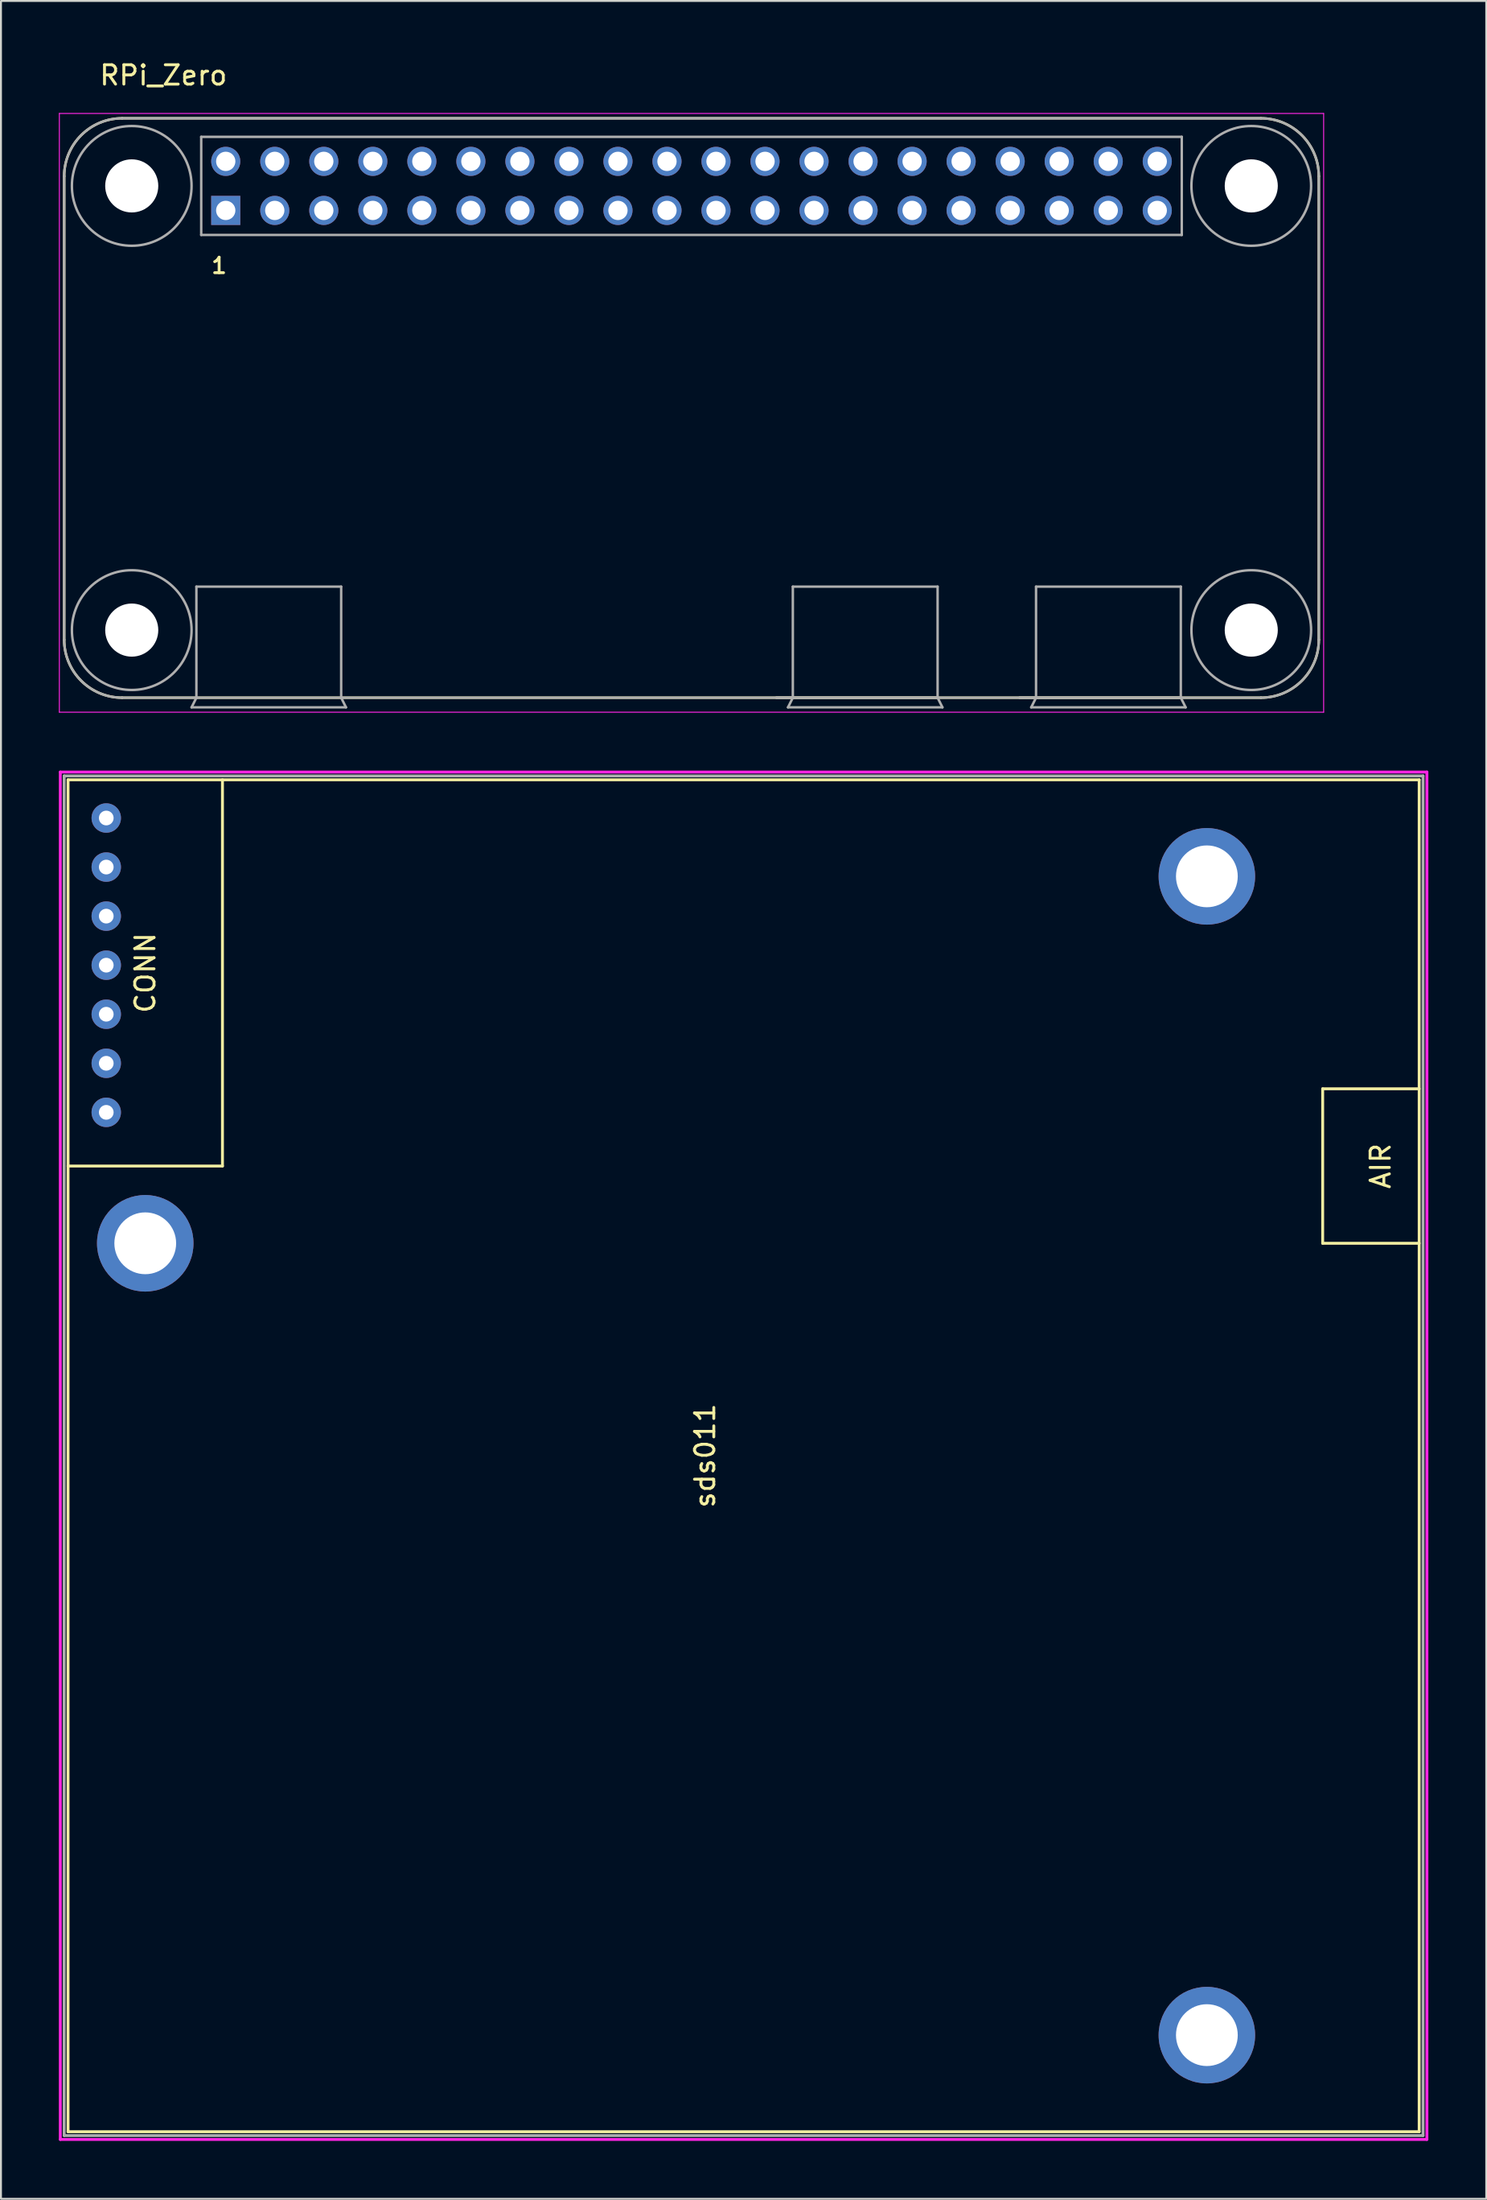
<source format=kicad_pcb>
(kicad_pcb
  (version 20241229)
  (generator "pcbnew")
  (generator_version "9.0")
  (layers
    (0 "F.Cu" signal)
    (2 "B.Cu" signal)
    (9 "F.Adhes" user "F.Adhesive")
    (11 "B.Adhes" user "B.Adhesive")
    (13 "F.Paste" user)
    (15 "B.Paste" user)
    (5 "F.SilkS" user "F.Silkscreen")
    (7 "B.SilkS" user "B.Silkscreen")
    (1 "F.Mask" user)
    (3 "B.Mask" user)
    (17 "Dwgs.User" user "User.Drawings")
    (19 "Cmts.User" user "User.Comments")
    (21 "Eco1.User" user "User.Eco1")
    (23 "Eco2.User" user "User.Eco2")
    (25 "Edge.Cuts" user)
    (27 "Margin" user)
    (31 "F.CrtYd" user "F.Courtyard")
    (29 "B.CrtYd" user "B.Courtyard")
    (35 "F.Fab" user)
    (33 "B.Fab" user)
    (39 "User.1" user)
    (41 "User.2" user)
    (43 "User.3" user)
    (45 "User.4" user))
  (footprint "sds011"
    (layer "F.Cu")
    (at 35.475 72.325)
    (property "Reference" "sds011" (at -2 0 90) (layer "F.SilkS") (effects (font (size 1 1) (thickness 0.15))))
    (attr through_hole)
    (fp_line (start -35 -35) (end 35 -35) (stroke (width 0.15) (type solid)) (layer "F.SilkS"))
    (fp_line (start -35 35) (end -35 -35) (stroke (width 0.15) (type solid)) (layer "F.SilkS"))
    (fp_line (start -27 -35) (end -27 -15) (stroke (width 0.15) (type solid)) (layer "F.SilkS"))
    (fp_line (start -27 -15) (end -35 -15) (stroke (width 0.15) (type solid)) (layer "F.SilkS"))
    (fp_line (start 30 -19) (end 35 -19) (stroke (width 0.15) (type solid)) (layer "F.SilkS"))
    (fp_line (start 30 -11) (end 30 -19) (stroke (width 0.15) (type solid)) (layer "F.SilkS"))
    (fp_line (start 35 -35) (end 35 35) (stroke (width 0.15) (type solid)) (layer "F.SilkS"))
    (fp_line (start 35 -11) (end 30 -11) (stroke (width 0.15) (type solid)) (layer "F.SilkS"))
    (fp_line (start 35 35) (end -35 35) (stroke (width 0.15) (type solid)) (layer "F.SilkS"))
    (fp_line (start -35.4 -35.4) (end 35.4 -35.4) (stroke (width 0.15) (type solid)) (layer "F.CrtYd"))
    (fp_line (start -35.4 35.4) (end -35.4 -35.4) (stroke (width 0.15) (type solid)) (layer "F.CrtYd"))
    (fp_line (start 35.4 -35.4) (end 35.4 35.4) (stroke (width 0.15) (type solid)) (layer "F.CrtYd"))
    (fp_line (start 35.4 35.4) (end -35.4 35.4) (stroke (width 0.15) (type solid)) (layer "F.CrtYd"))
    (fp_line (start -35.2 -35.2) (end -35.2 35.2) (stroke (width 0.15) (type solid)) (layer "F.Fab"))
    (fp_line (start -35.2 35.2) (end 35.2 35.2) (stroke (width 0.15) (type solid)) (layer "F.Fab"))
    (fp_line (start 35.2 -35.2) (end -35.2 -35.2) (stroke (width 0.15) (type solid)) (layer "F.Fab"))
    (fp_line (start 35.2 35.2) (end 35.2 -35.2) (stroke (width 0.15) (type solid)) (layer "F.Fab"))
    (fp_text user "AIR" (at 33 -15 90) (layer "F.SilkS") (effects (font (size 1 1) (thickness 0.15))))
    (fp_text user "CONN" (at -31 -25 90) (layer "F.SilkS") (effects (font (size 1 1) (thickness 0.15))))
    (pad "" np_thru_hole circle (at -31 -11 90) (size 5 5) (drill 3.2) (layers "*.Cu" "*.Mask"))
    (pad "" np_thru_hole circle (at 24 -30 90) (size 5 5) (drill 3.2) (layers "*.Cu" "*.Mask"))
    (pad "" np_thru_hole circle (at 24 30 90) (size 5 5) (drill 3.2) (layers "*.Cu" "*.Mask"))
    (pad "1" thru_hole circle (at -33.02 -33.02) (size 1.524 1.524) (drill 0.762) (layers "*.Cu" "*.Mask"))
    (pad "2" thru_hole circle (at -33.02 -30.48) (size 1.524 1.524) (drill 0.762) (layers "*.Cu" "*.Mask"))
    (pad "3" thru_hole circle (at -33.02 -27.94) (size 1.524 1.524) (drill 0.762) (layers "*.Cu" "*.Mask"))
    (pad "4" thru_hole circle (at -33.02 -25.4) (size 1.524 1.524) (drill 0.762) (layers "*.Cu" "*.Mask"))
    (pad "5" thru_hole circle (at -33.02 -22.86) (size 1.524 1.524) (drill 0.762) (layers "*.Cu" "*.Mask"))
    (pad "6" thru_hole circle (at -33.02 -20.32) (size 1.524 1.524) (drill 0.762) (layers "*.Cu" "*.Mask"))
    (pad "7" thru_hole circle (at -33.02 -17.78) (size 1.524 1.524) (drill 0.762) (layers "*.Cu" "*.Mask")))
  (footprint "RPi_Zero"
    (layer "F.Cu")
    (at 32.775 6.575)
    (property "Reference" "RPi_Zero" (at -27.357 -5.726 0) (layer "F.SilkS") (effects (font (size 1.002 1.002) (thickness 0.15))))
    (attr through_hole)
    (fp_line (start -32.5 -0.5) (end -32.5 23.5) (stroke (width 0.127) (type solid)) (layer "F.SilkS"))
    (fp_line (start -29.5 26.5) (end 29.5 26.5) (stroke (width 0.127) (type solid)) (layer "F.SilkS"))
    (fp_line (start 4.4 26.5) (end 12.75 26.5) (stroke (width 0.127) (type solid)) (layer "F.SilkS"))
    (fp_line (start 17 26.5) (end 25.35 26.5) (stroke (width 0.127) (type solid)) (layer "F.SilkS"))
    (fp_line (start 29.5 -3.5) (end -29.5 -3.5) (stroke (width 0.127) (type solid)) (layer "F.SilkS"))
    (fp_line (start 32.5 23.5) (end 32.5 -0.5) (stroke (width 0.127) (type solid)) (layer "F.SilkS"))
    (fp_arc (start -32.5 -0.5) (mid -31.62132 -2.62132) (end -29.5 -3.5) (stroke (width 0.127) (type solid)) (layer "F.SilkS"))
    (fp_arc (start -29.5 26.5) (mid -31.62132 25.62132) (end -32.5 23.5) (stroke (width 0.127) (type solid)) (layer "F.SilkS"))
    (fp_arc (start 29.5 -3.5) (mid 31.62132 -2.62132) (end 32.5 -0.5) (stroke (width 0.127) (type solid)) (layer "F.SilkS"))
    (fp_arc (start 32.5 23.5) (mid 31.62132 25.62132) (end 29.5 26.5) (stroke (width 0.127) (type solid)) (layer "F.SilkS"))
    (fp_line (start -32.75 -3.75) (end 32.75 -3.75) (stroke (width 0.05) (type solid)) (layer "F.CrtYd"))
    (fp_line (start -32.75 27.25) (end -32.75 -3.75) (stroke (width 0.05) (type solid)) (layer "F.CrtYd"))
    (fp_line (start 32.75 -3.75) (end 32.75 27.25) (stroke (width 0.05) (type solid)) (layer "F.CrtYd"))
    (fp_line (start 32.75 27.25) (end -32.75 27.25) (stroke (width 0.05) (type solid)) (layer "F.CrtYd"))
    (fp_line (start -32.5 -0.5) (end -32.5 23.5) (stroke (width 0.127) (type solid)) (layer "F.Fab"))
    (fp_line (start -29.5 26.5) (end -25.65 26.5) (stroke (width 0.127) (type solid)) (layer "F.Fab"))
    (fp_line (start -25.9 27) (end -17.9 27) (stroke (width 0.127) (type solid)) (layer "F.Fab"))
    (fp_line (start -25.65 20.75) (end -18.15 20.75) (stroke (width 0.127) (type solid)) (layer "F.Fab"))
    (fp_line (start -25.65 26.5) (end -25.9 27) (stroke (width 0.127) (type solid)) (layer "F.Fab"))
    (fp_line (start -25.65 26.5) (end -25.65 20.75) (stroke (width 0.127) (type solid)) (layer "F.Fab"))
    (fp_line (start -25.65 26.5) (end -18.15 26.5) (stroke (width 0.127) (type solid)) (layer "F.Fab"))
    (fp_line (start -25.4 -2.54) (end -25.4 2.54) (stroke (width 0.127) (type solid)) (layer "F.Fab"))
    (fp_line (start -25.4 2.54) (end 25.4 2.54) (stroke (width 0.127) (type solid)) (layer "F.Fab"))
    (fp_line (start -18.15 20.75) (end -18.15 26.5) (stroke (width 0.127) (type solid)) (layer "F.Fab"))
    (fp_line (start -18.15 26.5) (end 29.5 26.5) (stroke (width 0.127) (type solid)) (layer "F.Fab"))
    (fp_line (start -17.9 27) (end -18.15 26.5) (stroke (width 0.127) (type solid)) (layer "F.Fab"))
    (fp_line (start 4.4 26.5) (end 5.25 26.5) (stroke (width 0.127) (type solid)) (layer "F.Fab"))
    (fp_line (start 5 27) (end 13 27) (stroke (width 0.127) (type solid)) (layer "F.Fab"))
    (fp_line (start 5.25 20.75) (end 12.75 20.75) (stroke (width 0.127) (type solid)) (layer "F.Fab"))
    (fp_line (start 5.25 26.5) (end 5 27) (stroke (width 0.127) (type solid)) (layer "F.Fab"))
    (fp_line (start 5.25 26.5) (end 5.25 20.75) (stroke (width 0.127) (type solid)) (layer "F.Fab"))
    (fp_line (start 5.25 26.5) (end 12.75 26.5) (stroke (width 0.127) (type solid)) (layer "F.Fab"))
    (fp_line (start 12.75 20.75) (end 12.75 26.5) (stroke (width 0.127) (type solid)) (layer "F.Fab"))
    (fp_line (start 13 27) (end 12.75 26.5) (stroke (width 0.127) (type solid)) (layer "F.Fab"))
    (fp_line (start 17 26.5) (end 17.85 26.5) (stroke (width 0.127) (type solid)) (layer "F.Fab"))
    (fp_line (start 17.6 27) (end 25.6 27) (stroke (width 0.127) (type solid)) (layer "F.Fab"))
    (fp_line (start 17.85 20.75) (end 25.35 20.75) (stroke (width 0.127) (type solid)) (layer "F.Fab"))
    (fp_line (start 17.85 26.5) (end 17.6 27) (stroke (width 0.127) (type solid)) (layer "F.Fab"))
    (fp_line (start 17.85 26.5) (end 17.85 20.75) (stroke (width 0.127) (type solid)) (layer "F.Fab"))
    (fp_line (start 17.85 26.5) (end 25.35 26.5) (stroke (width 0.127) (type solid)) (layer "F.Fab"))
    (fp_line (start 25.35 20.75) (end 25.35 26.5) (stroke (width 0.127) (type solid)) (layer "F.Fab"))
    (fp_line (start 25.4 -2.54) (end -25.4 -2.54) (stroke (width 0.127) (type solid)) (layer "F.Fab"))
    (fp_line (start 25.4 2.54) (end 25.4 -2.54) (stroke (width 0.127) (type solid)) (layer "F.Fab"))
    (fp_line (start 25.6 27) (end 25.35 26.5) (stroke (width 0.127) (type solid)) (layer "F.Fab"))
    (fp_line (start 29.5 -3.5) (end -29.5 -3.5) (stroke (width 0.127) (type solid)) (layer "F.Fab"))
    (fp_line (start 32.5 23.5) (end 32.5 -0.5) (stroke (width 0.127) (type solid)) (layer "F.Fab"))
    (fp_arc (start -32.5 -0.5) (mid -31.62132 -2.62132) (end -29.5 -3.5) (stroke (width 0.127) (type solid)) (layer "F.Fab"))
    (fp_arc (start -29.5 26.5) (mid -31.62132 25.62132) (end -32.5 23.5) (stroke (width 0.127) (type solid)) (layer "F.Fab"))
    (fp_arc (start 29.5 -3.5) (mid 31.62132 -2.62132) (end 32.5 -0.5) (stroke (width 0.127) (type solid)) (layer "F.Fab"))
    (fp_arc (start 32.5 23.5) (mid 31.62132 25.62132) (end 29.5 26.5) (stroke (width 0.127) (type solid)) (layer "F.Fab"))
    (fp_circle (center -29 0) (end -25.9 0) (stroke (width 0.127) (type solid)) (fill no) (layer "F.Fab"))
    (fp_circle (center -29 23) (end -25.9 23) (stroke (width 0.127) (type solid)) (fill no) (layer "F.Fab"))
    (fp_circle (center 29 0) (end 32.1 0) (stroke (width 0.127) (type solid)) (fill no) (layer "F.Fab"))
    (fp_circle (center 29 23) (end 32.1 23) (stroke (width 0.127) (type solid)) (fill no) (layer "F.Fab"))
    (fp_text user "1" (at -24.473 4.132 0) (layer "F.SilkS") (effects (font (size 0.801 0.801) (thickness 0.15))))
    (pad "" np_thru_hole circle (at -29 0) (size 2.75 2.75) (drill 2.75) (layers "*.Cu" "*.Mask"))
    (pad "" np_thru_hole circle (at -29 23) (size 2.75 2.75) (drill 2.75) (layers "*.Cu" "*.Mask"))
    (pad "" np_thru_hole circle (at 29 0) (size 2.75 2.75) (drill 2.75) (layers "*.Cu" "*.Mask"))
    (pad "" np_thru_hole circle (at 29 23) (size 2.75 2.75) (drill 2.75) (layers "*.Cu" "*.Mask"))
    (pad "1" thru_hole rect (at -24.13 1.27) (size 1.508 1.508) (drill 1) (layers "*.Cu" "*.Mask"))
    (pad "2" thru_hole circle (at -24.13 -1.27) (size 1.508 1.508) (drill 1) (layers "*.Cu" "*.Mask"))
    (pad "3" thru_hole circle (at -21.59 1.27) (size 1.508 1.508) (drill 1) (layers "*.Cu" "*.Mask"))
    (pad "4" thru_hole circle (at -21.59 -1.27) (size 1.508 1.508) (drill 1) (layers "*.Cu" "*.Mask"))
    (pad "5" thru_hole circle (at -19.05 1.27) (size 1.508 1.508) (drill 1) (layers "*.Cu" "*.Mask"))
    (pad "6" thru_hole circle (at -19.05 -1.27) (size 1.508 1.508) (drill 1) (layers "*.Cu" "*.Mask"))
    (pad "7" thru_hole circle (at -16.51 1.27) (size 1.508 1.508) (drill 1) (layers "*.Cu" "*.Mask"))
    (pad "8" thru_hole circle (at -16.51 -1.27) (size 1.508 1.508) (drill 1) (layers "*.Cu" "*.Mask"))
    (pad "9" thru_hole circle (at -13.97 1.27) (size 1.508 1.508) (drill 1) (layers "*.Cu" "*.Mask"))
    (pad "10" thru_hole circle (at -13.97 -1.27) (size 1.508 1.508) (drill 1) (layers "*.Cu" "*.Mask"))
    (pad "11" thru_hole circle (at -11.43 1.27) (size 1.508 1.508) (drill 1) (layers "*.Cu" "*.Mask"))
    (pad "12" thru_hole circle (at -11.43 -1.27) (size 1.508 1.508) (drill 1) (layers "*.Cu" "*.Mask"))
    (pad "13" thru_hole circle (at -8.89 1.27) (size 1.508 1.508) (drill 1) (layers "*.Cu" "*.Mask"))
    (pad "14" thru_hole circle (at -8.89 -1.27) (size 1.508 1.508) (drill 1) (layers "*.Cu" "*.Mask"))
    (pad "15" thru_hole circle (at -6.35 1.27) (size 1.508 1.508) (drill 1) (layers "*.Cu" "*.Mask"))
    (pad "16" thru_hole circle (at -6.35 -1.27) (size 1.508 1.508) (drill 1) (layers "*.Cu" "*.Mask"))
    (pad "17" thru_hole circle (at -3.81 1.27) (size 1.508 1.508) (drill 1) (layers "*.Cu" "*.Mask"))
    (pad "18" thru_hole circle (at -3.81 -1.27) (size 1.508 1.508) (drill 1) (layers "*.Cu" "*.Mask"))
    (pad "19" thru_hole circle (at -1.27 1.27) (size 1.508 1.508) (drill 1) (layers "*.Cu" "*.Mask"))
    (pad "20" thru_hole circle (at -1.27 -1.27) (size 1.508 1.508) (drill 1) (layers "*.Cu" "*.Mask"))
    (pad "21" thru_hole circle (at 1.27 1.27) (size 1.508 1.508) (drill 1) (layers "*.Cu" "*.Mask"))
    (pad "22" thru_hole circle (at 1.27 -1.27) (size 1.508 1.508) (drill 1) (layers "*.Cu" "*.Mask"))
    (pad "23" thru_hole circle (at 3.81 1.27) (size 1.508 1.508) (drill 1) (layers "*.Cu" "*.Mask"))
    (pad "24" thru_hole circle (at 3.81 -1.27) (size 1.508 1.508) (drill 1) (layers "*.Cu" "*.Mask"))
    (pad "25" thru_hole circle (at 6.35 1.27) (size 1.508 1.508) (drill 1) (layers "*.Cu" "*.Mask"))
    (pad "26" thru_hole circle (at 6.35 -1.27) (size 1.508 1.508) (drill 1) (layers "*.Cu" "*.Mask"))
    (pad "27" thru_hole circle (at 8.89 1.27) (size 1.508 1.508) (drill 1) (layers "*.Cu" "*.Mask"))
    (pad "28" thru_hole circle (at 8.89 -1.27) (size 1.508 1.508) (drill 1) (layers "*.Cu" "*.Mask"))
    (pad "29" thru_hole circle (at 11.43 1.27) (size 1.508 1.508) (drill 1) (layers "*.Cu" "*.Mask"))
    (pad "30" thru_hole circle (at 11.43 -1.27) (size 1.508 1.508) (drill 1) (layers "*.Cu" "*.Mask"))
    (pad "31" thru_hole circle (at 13.97 1.27) (size 1.508 1.508) (drill 1) (layers "*.Cu" "*.Mask"))
    (pad "32" thru_hole circle (at 13.97 -1.27) (size 1.508 1.508) (drill 1) (layers "*.Cu" "*.Mask"))
    (pad "33" thru_hole circle (at 16.51 1.27) (size 1.508 1.508) (drill 1) (layers "*.Cu" "*.Mask"))
    (pad "34" thru_hole circle (at 16.51 -1.27) (size 1.508 1.508) (drill 1) (layers "*.Cu" "*.Mask"))
    (pad "35" thru_hole circle (at 19.05 1.27) (size 1.508 1.508) (drill 1) (layers "*.Cu" "*.Mask"))
    (pad "36" thru_hole circle (at 19.05 -1.27) (size 1.508 1.508) (drill 1) (layers "*.Cu" "*.Mask"))
    (pad "37" thru_hole circle (at 21.59 1.27) (size 1.508 1.508) (drill 1) (layers "*.Cu" "*.Mask"))
    (pad "38" thru_hole circle (at 21.59 -1.27) (size 1.508 1.508) (drill 1) (layers "*.Cu" "*.Mask"))
    (pad "39" thru_hole circle (at 24.13 1.27) (size 1.508 1.508) (drill 1) (layers "*.Cu" "*.Mask"))
    (pad "40" thru_hole circle (at 24.13 -1.27) (size 1.508 1.508) (drill 1) (layers "*.Cu" "*.Mask")))
  (gr_rect
    (start -3 -3)
    (end 73.95 110.8)
    (stroke (width 0.1) (type default))
    (fill no)
    (layer "Edge.Cuts")))
</source>
